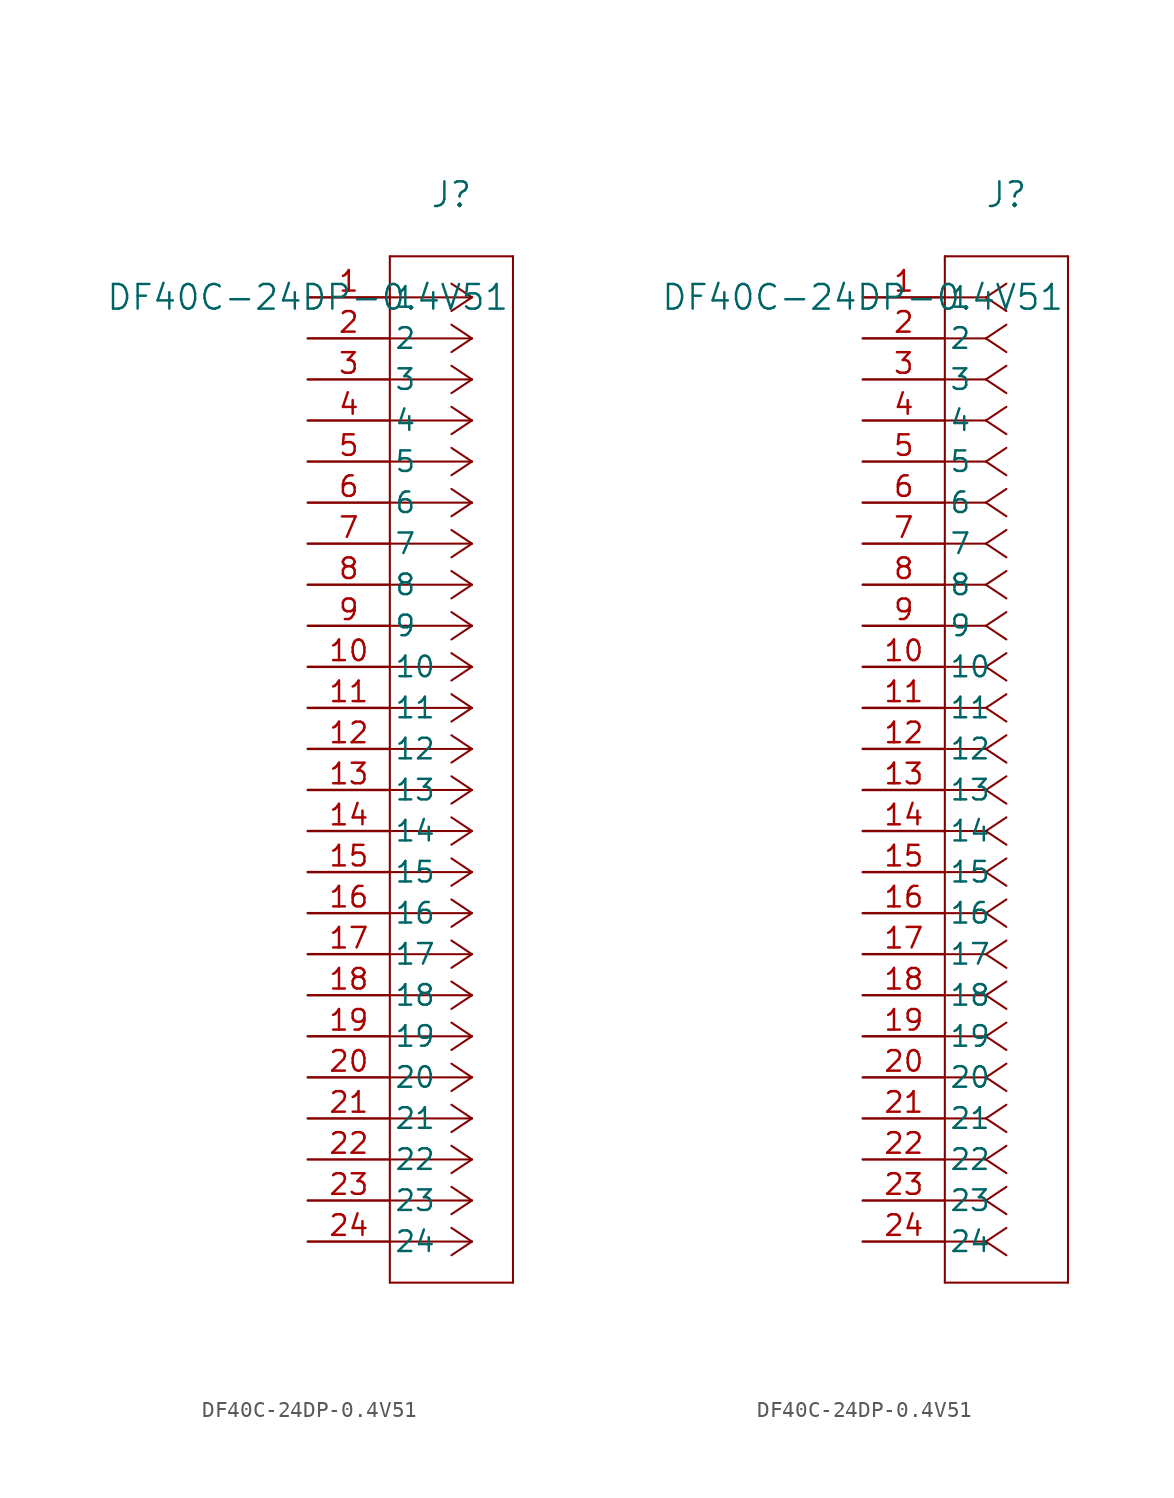
<source format=kicad_sym>
(kicad_symbol_lib
  (version 20211014)
  (generator kicad_symbol_editor)
  (symbol "DF40C-24DP-0.4V51"
    (pin_names
      (offset 0.254))
    (property "Reference" "J"
      (at 8.89 6.35 0)
      (effects (font (size 1.524 1.524))))
    (property "Value" "DF40C-24DP-0.4V51"
      (at 0 0 0)
      (effects (font (size 1.524 1.524))))
    (symbol "DF40C-24DP-0.4V51_1_1"
      (polyline (pts (xy 10.16 0) (xy 5.08 0)) (stroke (width 0.127) (type default) (color 0 0 0 0)) (fill (type none)))
      (polyline (pts (xy 10.16 -2.54) (xy 5.08 -2.54)) (stroke (width 0.127) (type default) (color 0 0 0 0)) (fill (type none)))
      (polyline (pts (xy 10.16 -5.08) (xy 5.08 -5.08)) (stroke (width 0.127) (type default) (color 0 0 0 0)) (fill (type none)))
      (polyline (pts (xy 10.16 -7.62) (xy 5.08 -7.62)) (stroke (width 0.127) (type default) (color 0 0 0 0)) (fill (type none)))
      (polyline (pts (xy 10.16 -10.16) (xy 5.08 -10.16)) (stroke (width 0.127) (type default) (color 0 0 0 0)) (fill (type none)))
      (polyline (pts (xy 10.16 -12.7) (xy 5.08 -12.7)) (stroke (width 0.127) (type default) (color 0 0 0 0)) (fill (type none)))
      (polyline (pts (xy 10.16 -15.24) (xy 5.08 -15.24)) (stroke (width 0.127) (type default) (color 0 0 0 0)) (fill (type none)))
      (polyline (pts (xy 10.16 -17.78) (xy 5.08 -17.78)) (stroke (width 0.127) (type default) (color 0 0 0 0)) (fill (type none)))
      (polyline (pts (xy 10.16 -20.32) (xy 5.08 -20.32)) (stroke (width 0.127) (type default) (color 0 0 0 0)) (fill (type none)))
      (polyline (pts (xy 10.16 -22.86) (xy 5.08 -22.86)) (stroke (width 0.127) (type default) (color 0 0 0 0)) (fill (type none)))
      (polyline (pts (xy 10.16 -25.4) (xy 5.08 -25.4)) (stroke (width 0.127) (type default) (color 0 0 0 0)) (fill (type none)))
      (polyline (pts (xy 10.16 -27.94) (xy 5.08 -27.94)) (stroke (width 0.127) (type default) (color 0 0 0 0)) (fill (type none)))
      (polyline (pts (xy 10.16 -30.48) (xy 5.08 -30.48)) (stroke (width 0.127) (type default) (color 0 0 0 0)) (fill (type none)))
      (polyline (pts (xy 10.16 -33.02) (xy 5.08 -33.02)) (stroke (width 0.127) (type default) (color 0 0 0 0)) (fill (type none)))
      (polyline (pts (xy 10.16 -35.56) (xy 5.08 -35.56)) (stroke (width 0.127) (type default) (color 0 0 0 0)) (fill (type none)))
      (polyline (pts (xy 10.16 -38.1) (xy 5.08 -38.1)) (stroke (width 0.127) (type default) (color 0 0 0 0)) (fill (type none)))
      (polyline (pts (xy 10.16 -40.64) (xy 5.08 -40.64)) (stroke (width 0.127) (type default) (color 0 0 0 0)) (fill (type none)))
      (polyline (pts (xy 10.16 -43.18) (xy 5.08 -43.18)) (stroke (width 0.127) (type default) (color 0 0 0 0)) (fill (type none)))
      (polyline (pts (xy 10.16 -45.72) (xy 5.08 -45.72)) (stroke (width 0.127) (type default) (color 0 0 0 0)) (fill (type none)))
      (polyline (pts (xy 10.16 -48.26) (xy 5.08 -48.26)) (stroke (width 0.127) (type default) (color 0 0 0 0)) (fill (type none)))
      (polyline (pts (xy 10.16 -50.8) (xy 5.08 -50.8)) (stroke (width 0.127) (type default) (color 0 0 0 0)) (fill (type none)))
      (polyline (pts (xy 10.16 -53.34) (xy 5.08 -53.34)) (stroke (width 0.127) (type default) (color 0 0 0 0)) (fill (type none)))
      (polyline (pts (xy 10.16 -55.88) (xy 5.08 -55.88)) (stroke (width 0.127) (type default) (color 0 0 0 0)) (fill (type none)))
      (polyline (pts (xy 10.16 -58.42) (xy 5.08 -58.42)) (stroke (width 0.127) (type default) (color 0 0 0 0)) (fill (type none)))
      (polyline (pts (xy 10.16 0) (xy 8.89 0.847)) (stroke (width 0.127) (type default) (color 0 0 0 0)) (fill (type none)))
      (polyline (pts (xy 10.16 -2.54) (xy 8.89 -1.693)) (stroke (width 0.127) (type default) (color 0 0 0 0)) (fill (type none)))
      (polyline (pts (xy 10.16 -5.08) (xy 8.89 -4.233)) (stroke (width 0.127) (type default) (color 0 0 0 0)) (fill (type none)))
      (polyline (pts (xy 10.16 -7.62) (xy 8.89 -6.773)) (stroke (width 0.127) (type default) (color 0 0 0 0)) (fill (type none)))
      (polyline (pts (xy 10.16 -10.16) (xy 8.89 -9.313)) (stroke (width 0.127) (type default) (color 0 0 0 0)) (fill (type none)))
      (polyline (pts (xy 10.16 -12.7) (xy 8.89 -11.853)) (stroke (width 0.127) (type default) (color 0 0 0 0)) (fill (type none)))
      (polyline (pts (xy 10.16 -15.24) (xy 8.89 -14.393)) (stroke (width 0.127) (type default) (color 0 0 0 0)) (fill (type none)))
      (polyline (pts (xy 10.16 -17.78) (xy 8.89 -16.933)) (stroke (width 0.127) (type default) (color 0 0 0 0)) (fill (type none)))
      (polyline (pts (xy 10.16 -20.32) (xy 8.89 -19.473)) (stroke (width 0.127) (type default) (color 0 0 0 0)) (fill (type none)))
      (polyline (pts (xy 10.16 -22.86) (xy 8.89 -22.013)) (stroke (width 0.127) (type default) (color 0 0 0 0)) (fill (type none)))
      (polyline (pts (xy 10.16 -25.4) (xy 8.89 -24.553)) (stroke (width 0.127) (type default) (color 0 0 0 0)) (fill (type none)))
      (polyline (pts (xy 10.16 -27.94) (xy 8.89 -27.093)) (stroke (width 0.127) (type default) (color 0 0 0 0)) (fill (type none)))
      (polyline (pts (xy 10.16 -30.48) (xy 8.89 -29.633)) (stroke (width 0.127) (type default) (color 0 0 0 0)) (fill (type none)))
      (polyline (pts (xy 10.16 -33.02) (xy 8.89 -32.173)) (stroke (width 0.127) (type default) (color 0 0 0 0)) (fill (type none)))
      (polyline (pts (xy 10.16 -35.56) (xy 8.89 -34.713)) (stroke (width 0.127) (type default) (color 0 0 0 0)) (fill (type none)))
      (polyline (pts (xy 10.16 -38.1) (xy 8.89 -37.253)) (stroke (width 0.127) (type default) (color 0 0 0 0)) (fill (type none)))
      (polyline (pts (xy 10.16 -40.64) (xy 8.89 -39.793)) (stroke (width 0.127) (type default) (color 0 0 0 0)) (fill (type none)))
      (polyline (pts (xy 10.16 -43.18) (xy 8.89 -42.333)) (stroke (width 0.127) (type default) (color 0 0 0 0)) (fill (type none)))
      (polyline (pts (xy 10.16 -45.72) (xy 8.89 -44.873)) (stroke (width 0.127) (type default) (color 0 0 0 0)) (fill (type none)))
      (polyline (pts (xy 10.16 -48.26) (xy 8.89 -47.413)) (stroke (width 0.127) (type default) (color 0 0 0 0)) (fill (type none)))
      (polyline (pts (xy 10.16 -50.8) (xy 8.89 -49.953)) (stroke (width 0.127) (type default) (color 0 0 0 0)) (fill (type none)))
      (polyline (pts (xy 10.16 -53.34) (xy 8.89 -52.493)) (stroke (width 0.127) (type default) (color 0 0 0 0)) (fill (type none)))
      (polyline (pts (xy 10.16 -55.88) (xy 8.89 -55.033)) (stroke (width 0.127) (type default) (color 0 0 0 0)) (fill (type none)))
      (polyline (pts (xy 10.16 -58.42) (xy 8.89 -57.573)) (stroke (width 0.127) (type default) (color 0 0 0 0)) (fill (type none)))
      (polyline (pts (xy 10.16 0) (xy 8.89 -0.847)) (stroke (width 0.127) (type default) (color 0 0 0 0)) (fill (type none)))
      (polyline (pts (xy 10.16 -2.54) (xy 8.89 -3.387)) (stroke (width 0.127) (type default) (color 0 0 0 0)) (fill (type none)))
      (polyline (pts (xy 10.16 -5.08) (xy 8.89 -5.927)) (stroke (width 0.127) (type default) (color 0 0 0 0)) (fill (type none)))
      (polyline (pts (xy 10.16 -7.62) (xy 8.89 -8.467)) (stroke (width 0.127) (type default) (color 0 0 0 0)) (fill (type none)))
      (polyline (pts (xy 10.16 -10.16) (xy 8.89 -11.007)) (stroke (width 0.127) (type default) (color 0 0 0 0)) (fill (type none)))
      (polyline (pts (xy 10.16 -12.7) (xy 8.89 -13.547)) (stroke (width 0.127) (type default) (color 0 0 0 0)) (fill (type none)))
      (polyline (pts (xy 10.16 -15.24) (xy 8.89 -16.087)) (stroke (width 0.127) (type default) (color 0 0 0 0)) (fill (type none)))
      (polyline (pts (xy 10.16 -17.78) (xy 8.89 -18.627)) (stroke (width 0.127) (type default) (color 0 0 0 0)) (fill (type none)))
      (polyline (pts (xy 10.16 -20.32) (xy 8.89 -21.167)) (stroke (width 0.127) (type default) (color 0 0 0 0)) (fill (type none)))
      (polyline (pts (xy 10.16 -22.86) (xy 8.89 -23.707)) (stroke (width 0.127) (type default) (color 0 0 0 0)) (fill (type none)))
      (polyline (pts (xy 10.16 -25.4) (xy 8.89 -26.247)) (stroke (width 0.127) (type default) (color 0 0 0 0)) (fill (type none)))
      (polyline (pts (xy 10.16 -27.94) (xy 8.89 -28.787)) (stroke (width 0.127) (type default) (color 0 0 0 0)) (fill (type none)))
      (polyline (pts (xy 10.16 -30.48) (xy 8.89 -31.327)) (stroke (width 0.127) (type default) (color 0 0 0 0)) (fill (type none)))
      (polyline (pts (xy 10.16 -33.02) (xy 8.89 -33.867)) (stroke (width 0.127) (type default) (color 0 0 0 0)) (fill (type none)))
      (polyline (pts (xy 10.16 -35.56) (xy 8.89 -36.407)) (stroke (width 0.127) (type default) (color 0 0 0 0)) (fill (type none)))
      (polyline (pts (xy 10.16 -38.1) (xy 8.89 -38.947)) (stroke (width 0.127) (type default) (color 0 0 0 0)) (fill (type none)))
      (polyline (pts (xy 10.16 -40.64) (xy 8.89 -41.487)) (stroke (width 0.127) (type default) (color 0 0 0 0)) (fill (type none)))
      (polyline (pts (xy 10.16 -43.18) (xy 8.89 -44.027)) (stroke (width 0.127) (type default) (color 0 0 0 0)) (fill (type none)))
      (polyline (pts (xy 10.16 -45.72) (xy 8.89 -46.567)) (stroke (width 0.127) (type default) (color 0 0 0 0)) (fill (type none)))
      (polyline (pts (xy 10.16 -48.26) (xy 8.89 -49.107)) (stroke (width 0.127) (type default) (color 0 0 0 0)) (fill (type none)))
      (polyline (pts (xy 10.16 -50.8) (xy 8.89 -51.647)) (stroke (width 0.127) (type default) (color 0 0 0 0)) (fill (type none)))
      (polyline (pts (xy 10.16 -53.34) (xy 8.89 -54.187)) (stroke (width 0.127) (type default) (color 0 0 0 0)) (fill (type none)))
      (polyline (pts (xy 10.16 -55.88) (xy 8.89 -56.727)) (stroke (width 0.127) (type default) (color 0 0 0 0)) (fill (type none)))
      (polyline (pts (xy 10.16 -58.42) (xy 8.89 -59.267)) (stroke (width 0.127) (type default) (color 0 0 0 0)) (fill (type none)))
      (polyline (pts (xy 5.08 2.54) (xy 5.08 -60.96)) (stroke (width 0.127) (type default) (color 0 0 0 0)) (fill (type none)))
      (polyline (pts (xy 5.08 -60.96) (xy 12.7 -60.96)) (stroke (width 0.127) (type default) (color 0 0 0 0)) (fill (type none)))
      (polyline (pts (xy 12.7 -60.96) (xy 12.7 2.54)) (stroke (width 0.127) (type default) (color 0 0 0 0)) (fill (type none)))
      (polyline (pts (xy 12.7 2.54) (xy 5.08 2.54)) (stroke (width 0.127) (type default) (color 0 0 0 0)) (fill (type none)))
      (pin unspecified line (at 0 0 0) (length 5.08) (name "1" (effects (font (size 1.27 1.27)))) (number "1" (effects (font (size 1.27 1.27)))))
      (pin unspecified line (at 0 -2.54 0) (length 5.08) (name "2" (effects (font (size 1.27 1.27)))) (number "2" (effects (font (size 1.27 1.27)))))
      (pin unspecified line (at 0 -5.08 0) (length 5.08) (name "3" (effects (font (size 1.27 1.27)))) (number "3" (effects (font (size 1.27 1.27)))))
      (pin unspecified line (at 0 -7.62 0) (length 5.08) (name "4" (effects (font (size 1.27 1.27)))) (number "4" (effects (font (size 1.27 1.27)))))
      (pin unspecified line (at 0 -10.16 0) (length 5.08) (name "5" (effects (font (size 1.27 1.27)))) (number "5" (effects (font (size 1.27 1.27)))))
      (pin unspecified line (at 0 -12.7 0) (length 5.08) (name "6" (effects (font (size 1.27 1.27)))) (number "6" (effects (font (size 1.27 1.27)))))
      (pin unspecified line (at 0 -15.24 0) (length 5.08) (name "7" (effects (font (size 1.27 1.27)))) (number "7" (effects (font (size 1.27 1.27)))))
      (pin unspecified line (at 0 -17.78 0) (length 5.08) (name "8" (effects (font (size 1.27 1.27)))) (number "8" (effects (font (size 1.27 1.27)))))
      (pin unspecified line (at 0 -20.32 0) (length 5.08) (name "9" (effects (font (size 1.27 1.27)))) (number "9" (effects (font (size 1.27 1.27)))))
      (pin unspecified line (at 0 -22.86 0) (length 5.08) (name "10" (effects (font (size 1.27 1.27)))) (number "10" (effects (font (size 1.27 1.27)))))
      (pin unspecified line (at 0 -25.4 0) (length 5.08) (name "11" (effects (font (size 1.27 1.27)))) (number "11" (effects (font (size 1.27 1.27)))))
      (pin unspecified line (at 0 -27.94 0) (length 5.08) (name "12" (effects (font (size 1.27 1.27)))) (number "12" (effects (font (size 1.27 1.27)))))
      (pin unspecified line (at 0 -30.48 0) (length 5.08) (name "13" (effects (font (size 1.27 1.27)))) (number "13" (effects (font (size 1.27 1.27)))))
      (pin unspecified line (at 0 -33.02 0) (length 5.08) (name "14" (effects (font (size 1.27 1.27)))) (number "14" (effects (font (size 1.27 1.27)))))
      (pin unspecified line (at 0 -35.56 0) (length 5.08) (name "15" (effects (font (size 1.27 1.27)))) (number "15" (effects (font (size 1.27 1.27)))))
      (pin unspecified line (at 0 -38.1 0) (length 5.08) (name "16" (effects (font (size 1.27 1.27)))) (number "16" (effects (font (size 1.27 1.27)))))
      (pin unspecified line (at 0 -40.64 0) (length 5.08) (name "17" (effects (font (size 1.27 1.27)))) (number "17" (effects (font (size 1.27 1.27)))))
      (pin unspecified line (at 0 -43.18 0) (length 5.08) (name "18" (effects (font (size 1.27 1.27)))) (number "18" (effects (font (size 1.27 1.27)))))
      (pin unspecified line (at 0 -45.72 0) (length 5.08) (name "19" (effects (font (size 1.27 1.27)))) (number "19" (effects (font (size 1.27 1.27)))))
      (pin unspecified line (at 0 -48.26 0) (length 5.08) (name "20" (effects (font (size 1.27 1.27)))) (number "20" (effects (font (size 1.27 1.27)))))
      (pin unspecified line (at 0 -50.8 0) (length 5.08) (name "21" (effects (font (size 1.27 1.27)))) (number "21" (effects (font (size 1.27 1.27)))))
      (pin unspecified line (at 0 -53.34 0) (length 5.08) (name "22" (effects (font (size 1.27 1.27)))) (number "22" (effects (font (size 1.27 1.27)))))
      (pin unspecified line (at 0 -55.88 0) (length 5.08) (name "23" (effects (font (size 1.27 1.27)))) (number "23" (effects (font (size 1.27 1.27)))))
      (pin unspecified line (at 0 -58.42 0) (length 5.08) (name "24" (effects (font (size 1.27 1.27)))) (number "24" (effects (font (size 1.27 1.27))))))
    (symbol "DF40C-24DP-0.4V51_1_2"
      (polyline (pts (xy 7.62 0) (xy 5.08 0)) (stroke (width 0.127) (type default) (color 0 0 0 0)) (fill (type none)))
      (polyline (pts (xy 7.62 -2.54) (xy 5.08 -2.54)) (stroke (width 0.127) (type default) (color 0 0 0 0)) (fill (type none)))
      (polyline (pts (xy 7.62 -5.08) (xy 5.08 -5.08)) (stroke (width 0.127) (type default) (color 0 0 0 0)) (fill (type none)))
      (polyline (pts (xy 7.62 -7.62) (xy 5.08 -7.62)) (stroke (width 0.127) (type default) (color 0 0 0 0)) (fill (type none)))
      (polyline (pts (xy 7.62 -10.16) (xy 5.08 -10.16)) (stroke (width 0.127) (type default) (color 0 0 0 0)) (fill (type none)))
      (polyline (pts (xy 7.62 -12.7) (xy 5.08 -12.7)) (stroke (width 0.127) (type default) (color 0 0 0 0)) (fill (type none)))
      (polyline (pts (xy 7.62 -15.24) (xy 5.08 -15.24)) (stroke (width 0.127) (type default) (color 0 0 0 0)) (fill (type none)))
      (polyline (pts (xy 7.62 -17.78) (xy 5.08 -17.78)) (stroke (width 0.127) (type default) (color 0 0 0 0)) (fill (type none)))
      (polyline (pts (xy 7.62 -20.32) (xy 5.08 -20.32)) (stroke (width 0.127) (type default) (color 0 0 0 0)) (fill (type none)))
      (polyline (pts (xy 7.62 -22.86) (xy 5.08 -22.86)) (stroke (width 0.127) (type default) (color 0 0 0 0)) (fill (type none)))
      (polyline (pts (xy 7.62 -25.4) (xy 5.08 -25.4)) (stroke (width 0.127) (type default) (color 0 0 0 0)) (fill (type none)))
      (polyline (pts (xy 7.62 -27.94) (xy 5.08 -27.94)) (stroke (width 0.127) (type default) (color 0 0 0 0)) (fill (type none)))
      (polyline (pts (xy 7.62 -30.48) (xy 5.08 -30.48)) (stroke (width 0.127) (type default) (color 0 0 0 0)) (fill (type none)))
      (polyline (pts (xy 7.62 -33.02) (xy 5.08 -33.02)) (stroke (width 0.127) (type default) (color 0 0 0 0)) (fill (type none)))
      (polyline (pts (xy 7.62 -35.56) (xy 5.08 -35.56)) (stroke (width 0.127) (type default) (color 0 0 0 0)) (fill (type none)))
      (polyline (pts (xy 7.62 -38.1) (xy 5.08 -38.1)) (stroke (width 0.127) (type default) (color 0 0 0 0)) (fill (type none)))
      (polyline (pts (xy 7.62 -40.64) (xy 5.08 -40.64)) (stroke (width 0.127) (type default) (color 0 0 0 0)) (fill (type none)))
      (polyline (pts (xy 7.62 -43.18) (xy 5.08 -43.18)) (stroke (width 0.127) (type default) (color 0 0 0 0)) (fill (type none)))
      (polyline (pts (xy 7.62 -45.72) (xy 5.08 -45.72)) (stroke (width 0.127) (type default) (color 0 0 0 0)) (fill (type none)))
      (polyline (pts (xy 7.62 -48.26) (xy 5.08 -48.26)) (stroke (width 0.127) (type default) (color 0 0 0 0)) (fill (type none)))
      (polyline (pts (xy 7.62 -50.8) (xy 5.08 -50.8)) (stroke (width 0.127) (type default) (color 0 0 0 0)) (fill (type none)))
      (polyline (pts (xy 7.62 -53.34) (xy 5.08 -53.34)) (stroke (width 0.127) (type default) (color 0 0 0 0)) (fill (type none)))
      (polyline (pts (xy 7.62 -55.88) (xy 5.08 -55.88)) (stroke (width 0.127) (type default) (color 0 0 0 0)) (fill (type none)))
      (polyline (pts (xy 7.62 -58.42) (xy 5.08 -58.42)) (stroke (width 0.127) (type default) (color 0 0 0 0)) (fill (type none)))
      (polyline (pts (xy 7.62 0) (xy 8.89 0.847)) (stroke (width 0.127) (type default) (color 0 0 0 0)) (fill (type none)))
      (polyline (pts (xy 7.62 -2.54) (xy 8.89 -1.693)) (stroke (width 0.127) (type default) (color 0 0 0 0)) (fill (type none)))
      (polyline (pts (xy 7.62 -5.08) (xy 8.89 -4.233)) (stroke (width 0.127) (type default) (color 0 0 0 0)) (fill (type none)))
      (polyline (pts (xy 7.62 -7.62) (xy 8.89 -6.773)) (stroke (width 0.127) (type default) (color 0 0 0 0)) (fill (type none)))
      (polyline (pts (xy 7.62 -10.16) (xy 8.89 -9.313)) (stroke (width 0.127) (type default) (color 0 0 0 0)) (fill (type none)))
      (polyline (pts (xy 7.62 -12.7) (xy 8.89 -11.853)) (stroke (width 0.127) (type default) (color 0 0 0 0)) (fill (type none)))
      (polyline (pts (xy 7.62 -15.24) (xy 8.89 -14.393)) (stroke (width 0.127) (type default) (color 0 0 0 0)) (fill (type none)))
      (polyline (pts (xy 7.62 -17.78) (xy 8.89 -16.933)) (stroke (width 0.127) (type default) (color 0 0 0 0)) (fill (type none)))
      (polyline (pts (xy 7.62 -20.32) (xy 8.89 -19.473)) (stroke (width 0.127) (type default) (color 0 0 0 0)) (fill (type none)))
      (polyline (pts (xy 7.62 -22.86) (xy 8.89 -22.013)) (stroke (width 0.127) (type default) (color 0 0 0 0)) (fill (type none)))
      (polyline (pts (xy 7.62 -25.4) (xy 8.89 -24.553)) (stroke (width 0.127) (type default) (color 0 0 0 0)) (fill (type none)))
      (polyline (pts (xy 7.62 -27.94) (xy 8.89 -27.093)) (stroke (width 0.127) (type default) (color 0 0 0 0)) (fill (type none)))
      (polyline (pts (xy 7.62 -30.48) (xy 8.89 -29.633)) (stroke (width 0.127) (type default) (color 0 0 0 0)) (fill (type none)))
      (polyline (pts (xy 7.62 -33.02) (xy 8.89 -32.173)) (stroke (width 0.127) (type default) (color 0 0 0 0)) (fill (type none)))
      (polyline (pts (xy 7.62 -35.56) (xy 8.89 -34.713)) (stroke (width 0.127) (type default) (color 0 0 0 0)) (fill (type none)))
      (polyline (pts (xy 7.62 -38.1) (xy 8.89 -37.253)) (stroke (width 0.127) (type default) (color 0 0 0 0)) (fill (type none)))
      (polyline (pts (xy 7.62 -40.64) (xy 8.89 -39.793)) (stroke (width 0.127) (type default) (color 0 0 0 0)) (fill (type none)))
      (polyline (pts (xy 7.62 -43.18) (xy 8.89 -42.333)) (stroke (width 0.127) (type default) (color 0 0 0 0)) (fill (type none)))
      (polyline (pts (xy 7.62 -45.72) (xy 8.89 -44.873)) (stroke (width 0.127) (type default) (color 0 0 0 0)) (fill (type none)))
      (polyline (pts (xy 7.62 -48.26) (xy 8.89 -47.413)) (stroke (width 0.127) (type default) (color 0 0 0 0)) (fill (type none)))
      (polyline (pts (xy 7.62 -50.8) (xy 8.89 -49.953)) (stroke (width 0.127) (type default) (color 0 0 0 0)) (fill (type none)))
      (polyline (pts (xy 7.62 -53.34) (xy 8.89 -52.493)) (stroke (width 0.127) (type default) (color 0 0 0 0)) (fill (type none)))
      (polyline (pts (xy 7.62 -55.88) (xy 8.89 -55.033)) (stroke (width 0.127) (type default) (color 0 0 0 0)) (fill (type none)))
      (polyline (pts (xy 7.62 -58.42) (xy 8.89 -57.573)) (stroke (width 0.127) (type default) (color 0 0 0 0)) (fill (type none)))
      (polyline (pts (xy 7.62 0) (xy 8.89 -0.847)) (stroke (width 0.127) (type default) (color 0 0 0 0)) (fill (type none)))
      (polyline (pts (xy 7.62 -2.54) (xy 8.89 -3.387)) (stroke (width 0.127) (type default) (color 0 0 0 0)) (fill (type none)))
      (polyline (pts (xy 7.62 -5.08) (xy 8.89 -5.927)) (stroke (width 0.127) (type default) (color 0 0 0 0)) (fill (type none)))
      (polyline (pts (xy 7.62 -7.62) (xy 8.89 -8.467)) (stroke (width 0.127) (type default) (color 0 0 0 0)) (fill (type none)))
      (polyline (pts (xy 7.62 -10.16) (xy 8.89 -11.007)) (stroke (width 0.127) (type default) (color 0 0 0 0)) (fill (type none)))
      (polyline (pts (xy 7.62 -12.7) (xy 8.89 -13.547)) (stroke (width 0.127) (type default) (color 0 0 0 0)) (fill (type none)))
      (polyline (pts (xy 7.62 -15.24) (xy 8.89 -16.087)) (stroke (width 0.127) (type default) (color 0 0 0 0)) (fill (type none)))
      (polyline (pts (xy 7.62 -17.78) (xy 8.89 -18.627)) (stroke (width 0.127) (type default) (color 0 0 0 0)) (fill (type none)))
      (polyline (pts (xy 7.62 -20.32) (xy 8.89 -21.167)) (stroke (width 0.127) (type default) (color 0 0 0 0)) (fill (type none)))
      (polyline (pts (xy 7.62 -22.86) (xy 8.89 -23.707)) (stroke (width 0.127) (type default) (color 0 0 0 0)) (fill (type none)))
      (polyline (pts (xy 7.62 -25.4) (xy 8.89 -26.247)) (stroke (width 0.127) (type default) (color 0 0 0 0)) (fill (type none)))
      (polyline (pts (xy 7.62 -27.94) (xy 8.89 -28.787)) (stroke (width 0.127) (type default) (color 0 0 0 0)) (fill (type none)))
      (polyline (pts (xy 7.62 -30.48) (xy 8.89 -31.327)) (stroke (width 0.127) (type default) (color 0 0 0 0)) (fill (type none)))
      (polyline (pts (xy 7.62 -33.02) (xy 8.89 -33.867)) (stroke (width 0.127) (type default) (color 0 0 0 0)) (fill (type none)))
      (polyline (pts (xy 7.62 -35.56) (xy 8.89 -36.407)) (stroke (width 0.127) (type default) (color 0 0 0 0)) (fill (type none)))
      (polyline (pts (xy 7.62 -38.1) (xy 8.89 -38.947)) (stroke (width 0.127) (type default) (color 0 0 0 0)) (fill (type none)))
      (polyline (pts (xy 7.62 -40.64) (xy 8.89 -41.487)) (stroke (width 0.127) (type default) (color 0 0 0 0)) (fill (type none)))
      (polyline (pts (xy 7.62 -43.18) (xy 8.89 -44.027)) (stroke (width 0.127) (type default) (color 0 0 0 0)) (fill (type none)))
      (polyline (pts (xy 7.62 -45.72) (xy 8.89 -46.567)) (stroke (width 0.127) (type default) (color 0 0 0 0)) (fill (type none)))
      (polyline (pts (xy 7.62 -48.26) (xy 8.89 -49.107)) (stroke (width 0.127) (type default) (color 0 0 0 0)) (fill (type none)))
      (polyline (pts (xy 7.62 -50.8) (xy 8.89 -51.647)) (stroke (width 0.127) (type default) (color 0 0 0 0)) (fill (type none)))
      (polyline (pts (xy 7.62 -53.34) (xy 8.89 -54.187)) (stroke (width 0.127) (type default) (color 0 0 0 0)) (fill (type none)))
      (polyline (pts (xy 7.62 -55.88) (xy 8.89 -56.727)) (stroke (width 0.127) (type default) (color 0 0 0 0)) (fill (type none)))
      (polyline (pts (xy 7.62 -58.42) (xy 8.89 -59.267)) (stroke (width 0.127) (type default) (color 0 0 0 0)) (fill (type none)))
      (polyline (pts (xy 5.08 2.54) (xy 5.08 -60.96)) (stroke (width 0.127) (type default) (color 0 0 0 0)) (fill (type none)))
      (polyline (pts (xy 5.08 -60.96) (xy 12.7 -60.96)) (stroke (width 0.127) (type default) (color 0 0 0 0)) (fill (type none)))
      (polyline (pts (xy 12.7 -60.96) (xy 12.7 2.54)) (stroke (width 0.127) (type default) (color 0 0 0 0)) (fill (type none)))
      (polyline (pts (xy 12.7 2.54) (xy 5.08 2.54)) (stroke (width 0.127) (type default) (color 0 0 0 0)) (fill (type none)))
      (pin unspecified line (at 0 0 0) (length 5.08) (name "1" (effects (font (size 1.27 1.27)))) (number "1" (effects (font (size 1.27 1.27)))))
      (pin unspecified line (at 0 -2.54 0) (length 5.08) (name "2" (effects (font (size 1.27 1.27)))) (number "2" (effects (font (size 1.27 1.27)))))
      (pin unspecified line (at 0 -5.08 0) (length 5.08) (name "3" (effects (font (size 1.27 1.27)))) (number "3" (effects (font (size 1.27 1.27)))))
      (pin unspecified line (at 0 -7.62 0) (length 5.08) (name "4" (effects (font (size 1.27 1.27)))) (number "4" (effects (font (size 1.27 1.27)))))
      (pin unspecified line (at 0 -10.16 0) (length 5.08) (name "5" (effects (font (size 1.27 1.27)))) (number "5" (effects (font (size 1.27 1.27)))))
      (pin unspecified line (at 0 -12.7 0) (length 5.08) (name "6" (effects (font (size 1.27 1.27)))) (number "6" (effects (font (size 1.27 1.27)))))
      (pin unspecified line (at 0 -15.24 0) (length 5.08) (name "7" (effects (font (size 1.27 1.27)))) (number "7" (effects (font (size 1.27 1.27)))))
      (pin unspecified line (at 0 -17.78 0) (length 5.08) (name "8" (effects (font (size 1.27 1.27)))) (number "8" (effects (font (size 1.27 1.27)))))
      (pin unspecified line (at 0 -20.32 0) (length 5.08) (name "9" (effects (font (size 1.27 1.27)))) (number "9" (effects (font (size 1.27 1.27)))))
      (pin unspecified line (at 0 -22.86 0) (length 5.08) (name "10" (effects (font (size 1.27 1.27)))) (number "10" (effects (font (size 1.27 1.27)))))
      (pin unspecified line (at 0 -25.4 0) (length 5.08) (name "11" (effects (font (size 1.27 1.27)))) (number "11" (effects (font (size 1.27 1.27)))))
      (pin unspecified line (at 0 -27.94 0) (length 5.08) (name "12" (effects (font (size 1.27 1.27)))) (number "12" (effects (font (size 1.27 1.27)))))
      (pin unspecified line (at 0 -30.48 0) (length 5.08) (name "13" (effects (font (size 1.27 1.27)))) (number "13" (effects (font (size 1.27 1.27)))))
      (pin unspecified line (at 0 -33.02 0) (length 5.08) (name "14" (effects (font (size 1.27 1.27)))) (number "14" (effects (font (size 1.27 1.27)))))
      (pin unspecified line (at 0 -35.56 0) (length 5.08) (name "15" (effects (font (size 1.27 1.27)))) (number "15" (effects (font (size 1.27 1.27)))))
      (pin unspecified line (at 0 -38.1 0) (length 5.08) (name "16" (effects (font (size 1.27 1.27)))) (number "16" (effects (font (size 1.27 1.27)))))
      (pin unspecified line (at 0 -40.64 0) (length 5.08) (name "17" (effects (font (size 1.27 1.27)))) (number "17" (effects (font (size 1.27 1.27)))))
      (pin unspecified line (at 0 -43.18 0) (length 5.08) (name "18" (effects (font (size 1.27 1.27)))) (number "18" (effects (font (size 1.27 1.27)))))
      (pin unspecified line (at 0 -45.72 0) (length 5.08) (name "19" (effects (font (size 1.27 1.27)))) (number "19" (effects (font (size 1.27 1.27)))))
      (pin unspecified line (at 0 -48.26 0) (length 5.08) (name "20" (effects (font (size 1.27 1.27)))) (number "20" (effects (font (size 1.27 1.27)))))
      (pin unspecified line (at 0 -50.8 0) (length 5.08) (name "21" (effects (font (size 1.27 1.27)))) (number "21" (effects (font (size 1.27 1.27)))))
      (pin unspecified line (at 0 -53.34 0) (length 5.08) (name "22" (effects (font (size 1.27 1.27)))) (number "22" (effects (font (size 1.27 1.27)))))
      (pin unspecified line (at 0 -55.88 0) (length 5.08) (name "23" (effects (font (size 1.27 1.27)))) (number "23" (effects (font (size 1.27 1.27)))))
      (pin unspecified line (at 0 -58.42 0) (length 5.08) (name "24" (effects (font (size 1.27 1.27)))) (number "24" (effects (font (size 1.27 1.27))))))))
</source>
